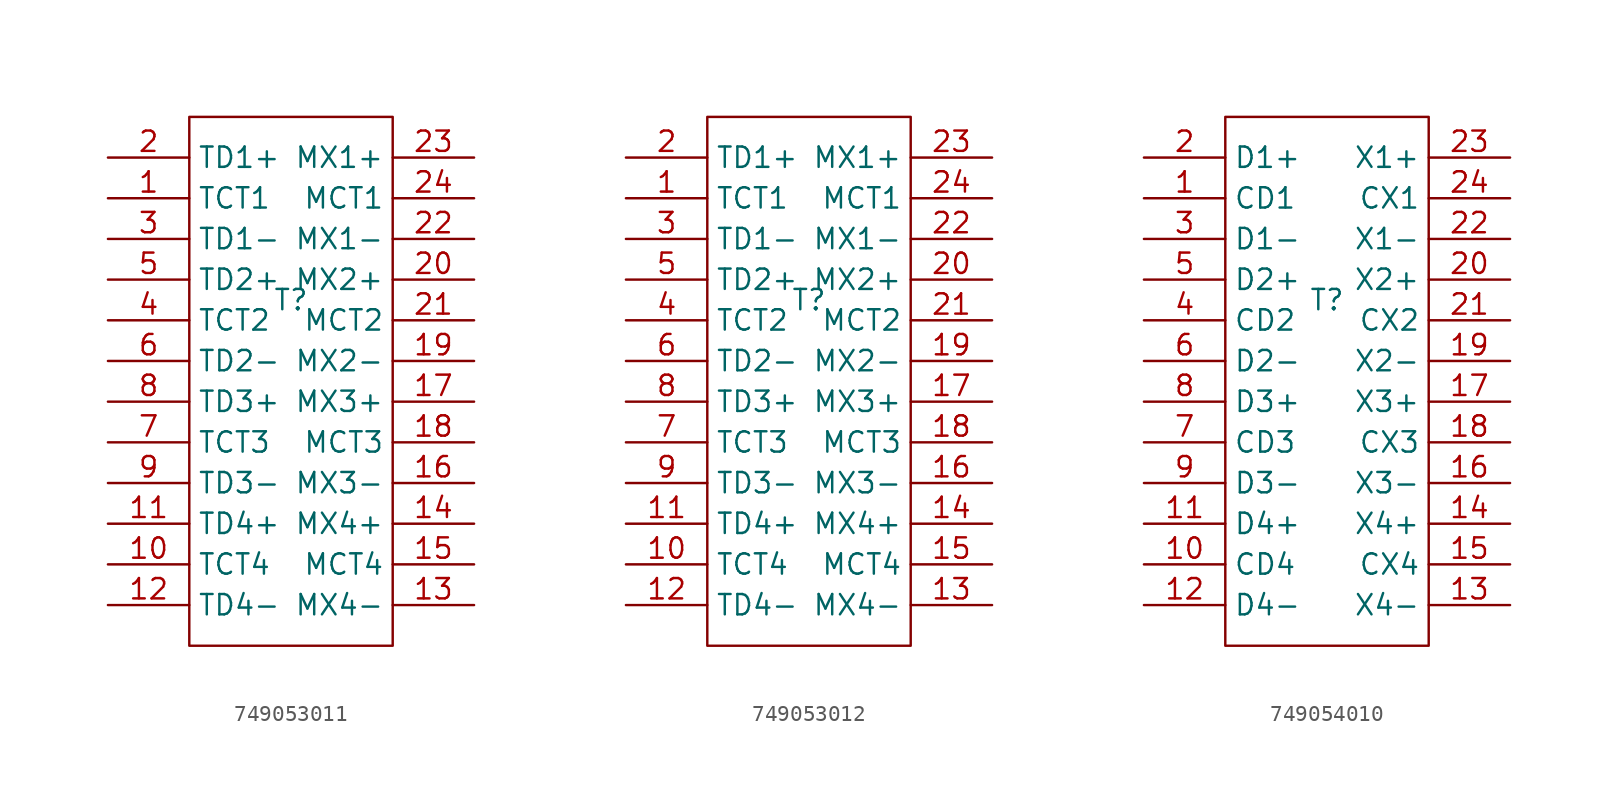
<source format=kicad_sym>
(kicad_symbol_lib
  (version 20220914)
  (generator kicad_symbol_editor)
  (symbol "749053011"
    (property "Reference" "T"
      (at 0 5.08 0)
      (effects (font (size 1.27 1.27))))
    (property "Critical Parameter" ""
      (at 0 -5.08 0)
      (effects (font (size 1.27 1.27)) (justify left)))
    (symbol "749053011_0_1"
      (rectangle (start -6.35 16.51) (end 6.35 -16.51) (stroke (width 0) (type default)) (fill (type none))))
    (symbol "749053011_1_1"
      (pin passive line (at -11.43 11.43 0) (length 5.08) (name "TCT1" (effects (font (size 1.27 1.27)))) (number "1" (effects (font (size 1.27 1.27)))))
      (pin passive line (at -11.43 -11.43 0) (length 5.08) (name "TCT4" (effects (font (size 1.27 1.27)))) (number "10" (effects (font (size 1.27 1.27)))))
      (pin passive line (at -11.43 -8.89 0) (length 5.08) (name "TD4+" (effects (font (size 1.27 1.27)))) (number "11" (effects (font (size 1.27 1.27)))))
      (pin passive line (at -11.43 -13.97 0) (length 5.08) (name "TD4-" (effects (font (size 1.27 1.27)))) (number "12" (effects (font (size 1.27 1.27)))))
      (pin passive line (at 11.43 -13.97 180) (length 5.08) (name "MX4-" (effects (font (size 1.27 1.27)))) (number "13" (effects (font (size 1.27 1.27)))))
      (pin passive line (at 11.43 -8.89 180) (length 5.08) (name "MX4+" (effects (font (size 1.27 1.27)))) (number "14" (effects (font (size 1.27 1.27)))))
      (pin passive line (at 11.43 -11.43 180) (length 5.08) (name "MCT4" (effects (font (size 1.27 1.27)))) (number "15" (effects (font (size 1.27 1.27)))))
      (pin passive line (at 11.43 -6.35 180) (length 5.08) (name "MX3-" (effects (font (size 1.27 1.27)))) (number "16" (effects (font (size 1.27 1.27)))))
      (pin passive line (at 11.43 -1.27 180) (length 5.08) (name "MX3+" (effects (font (size 1.27 1.27)))) (number "17" (effects (font (size 1.27 1.27)))))
      (pin passive line (at 11.43 -3.81 180) (length 5.08) (name "MCT3" (effects (font (size 1.27 1.27)))) (number "18" (effects (font (size 1.27 1.27)))))
      (pin passive line (at 11.43 1.27 180) (length 5.08) (name "MX2-" (effects (font (size 1.27 1.27)))) (number "19" (effects (font (size 1.27 1.27)))))
      (pin passive line (at -11.43 13.97 0) (length 5.08) (name "TD1+" (effects (font (size 1.27 1.27)))) (number "2" (effects (font (size 1.27 1.27)))))
      (pin passive line (at 11.43 6.35 180) (length 5.08) (name "MX2+" (effects (font (size 1.27 1.27)))) (number "20" (effects (font (size 1.27 1.27)))))
      (pin passive line (at 11.43 3.81 180) (length 5.08) (name "MCT2" (effects (font (size 1.27 1.27)))) (number "21" (effects (font (size 1.27 1.27)))))
      (pin passive line (at 11.43 8.89 180) (length 5.08) (name "MX1-" (effects (font (size 1.27 1.27)))) (number "22" (effects (font (size 1.27 1.27)))))
      (pin passive line (at 11.43 13.97 180) (length 5.08) (name "MX1+" (effects (font (size 1.27 1.27)))) (number "23" (effects (font (size 1.27 1.27)))))
      (pin passive line (at 11.43 11.43 180) (length 5.08) (name "MCT1" (effects (font (size 1.27 1.27)))) (number "24" (effects (font (size 1.27 1.27)))))
      (pin passive line (at -11.43 8.89 0) (length 5.08) (name "TD1-" (effects (font (size 1.27 1.27)))) (number "3" (effects (font (size 1.27 1.27)))))
      (pin passive line (at -11.43 3.81 0) (length 5.08) (name "TCT2" (effects (font (size 1.27 1.27)))) (number "4" (effects (font (size 1.27 1.27)))))
      (pin passive line (at -11.43 6.35 0) (length 5.08) (name "TD2+" (effects (font (size 1.27 1.27)))) (number "5" (effects (font (size 1.27 1.27)))))
      (pin passive line (at -11.43 1.27 0) (length 5.08) (name "TD2-" (effects (font (size 1.27 1.27)))) (number "6" (effects (font (size 1.27 1.27)))))
      (pin passive line (at -11.43 -3.81 0) (length 5.08) (name "TCT3" (effects (font (size 1.27 1.27)))) (number "7" (effects (font (size 1.27 1.27)))))
      (pin passive line (at -11.43 -1.27 0) (length 5.08) (name "TD3+" (effects (font (size 1.27 1.27)))) (number "8" (effects (font (size 1.27 1.27)))))
      (pin passive line (at -11.43 -6.35 0) (length 5.08) (name "TD3-" (effects (font (size 1.27 1.27)))) (number "9" (effects (font (size 1.27 1.27)))))))
  (symbol "749053012"
    (property "Reference" "T"
      (at 0 5.08 0)
      (effects (font (size 1.27 1.27))))
    (property "Critical Parameter" ""
      (at 0 -5.08 0)
      (effects (font (size 1.27 1.27)) (justify left)))
    (symbol "749053012_0_1"
      (rectangle (start -6.35 16.51) (end 6.35 -16.51) (stroke (width 0) (type default)) (fill (type none))))
    (symbol "749053012_1_1"
      (pin passive line (at -11.43 11.43 0) (length 5.08) (name "TCT1" (effects (font (size 1.27 1.27)))) (number "1" (effects (font (size 1.27 1.27)))))
      (pin passive line (at -11.43 -11.43 0) (length 5.08) (name "TCT4" (effects (font (size 1.27 1.27)))) (number "10" (effects (font (size 1.27 1.27)))))
      (pin passive line (at -11.43 -8.89 0) (length 5.08) (name "TD4+" (effects (font (size 1.27 1.27)))) (number "11" (effects (font (size 1.27 1.27)))))
      (pin passive line (at -11.43 -13.97 0) (length 5.08) (name "TD4-" (effects (font (size 1.27 1.27)))) (number "12" (effects (font (size 1.27 1.27)))))
      (pin passive line (at 11.43 -13.97 180) (length 5.08) (name "MX4-" (effects (font (size 1.27 1.27)))) (number "13" (effects (font (size 1.27 1.27)))))
      (pin passive line (at 11.43 -8.89 180) (length 5.08) (name "MX4+" (effects (font (size 1.27 1.27)))) (number "14" (effects (font (size 1.27 1.27)))))
      (pin passive line (at 11.43 -11.43 180) (length 5.08) (name "MCT4" (effects (font (size 1.27 1.27)))) (number "15" (effects (font (size 1.27 1.27)))))
      (pin passive line (at 11.43 -6.35 180) (length 5.08) (name "MX3-" (effects (font (size 1.27 1.27)))) (number "16" (effects (font (size 1.27 1.27)))))
      (pin passive line (at 11.43 -1.27 180) (length 5.08) (name "MX3+" (effects (font (size 1.27 1.27)))) (number "17" (effects (font (size 1.27 1.27)))))
      (pin passive line (at 11.43 -3.81 180) (length 5.08) (name "MCT3" (effects (font (size 1.27 1.27)))) (number "18" (effects (font (size 1.27 1.27)))))
      (pin passive line (at 11.43 1.27 180) (length 5.08) (name "MX2-" (effects (font (size 1.27 1.27)))) (number "19" (effects (font (size 1.27 1.27)))))
      (pin passive line (at -11.43 13.97 0) (length 5.08) (name "TD1+" (effects (font (size 1.27 1.27)))) (number "2" (effects (font (size 1.27 1.27)))))
      (pin passive line (at 11.43 6.35 180) (length 5.08) (name "MX2+" (effects (font (size 1.27 1.27)))) (number "20" (effects (font (size 1.27 1.27)))))
      (pin passive line (at 11.43 3.81 180) (length 5.08) (name "MCT2" (effects (font (size 1.27 1.27)))) (number "21" (effects (font (size 1.27 1.27)))))
      (pin passive line (at 11.43 8.89 180) (length 5.08) (name "MX1-" (effects (font (size 1.27 1.27)))) (number "22" (effects (font (size 1.27 1.27)))))
      (pin passive line (at 11.43 13.97 180) (length 5.08) (name "MX1+" (effects (font (size 1.27 1.27)))) (number "23" (effects (font (size 1.27 1.27)))))
      (pin passive line (at 11.43 11.43 180) (length 5.08) (name "MCT1" (effects (font (size 1.27 1.27)))) (number "24" (effects (font (size 1.27 1.27)))))
      (pin passive line (at -11.43 8.89 0) (length 5.08) (name "TD1-" (effects (font (size 1.27 1.27)))) (number "3" (effects (font (size 1.27 1.27)))))
      (pin passive line (at -11.43 3.81 0) (length 5.08) (name "TCT2" (effects (font (size 1.27 1.27)))) (number "4" (effects (font (size 1.27 1.27)))))
      (pin passive line (at -11.43 6.35 0) (length 5.08) (name "TD2+" (effects (font (size 1.27 1.27)))) (number "5" (effects (font (size 1.27 1.27)))))
      (pin passive line (at -11.43 1.27 0) (length 5.08) (name "TD2-" (effects (font (size 1.27 1.27)))) (number "6" (effects (font (size 1.27 1.27)))))
      (pin passive line (at -11.43 -3.81 0) (length 5.08) (name "TCT3" (effects (font (size 1.27 1.27)))) (number "7" (effects (font (size 1.27 1.27)))))
      (pin passive line (at -11.43 -1.27 0) (length 5.08) (name "TD3+" (effects (font (size 1.27 1.27)))) (number "8" (effects (font (size 1.27 1.27)))))
      (pin passive line (at -11.43 -6.35 0) (length 5.08) (name "TD3-" (effects (font (size 1.27 1.27)))) (number "9" (effects (font (size 1.27 1.27)))))))
  (symbol "749054010"
    (property "Reference" "T"
      (at 0 5.08 0)
      (effects (font (size 1.27 1.27))))
    (property "Critical Parameter" ""
      (at 0 -5.08 0)
      (effects (font (size 1.27 1.27)) (justify left)))
    (symbol "749054010_0_1"
      (rectangle (start -6.35 16.51) (end 6.35 -16.51) (stroke (width 0) (type default)) (fill (type none))))
    (symbol "749054010_1_1"
      (pin passive line (at -11.43 11.43 0) (length 5.08) (name "CD1" (effects (font (size 1.27 1.27)))) (number "1" (effects (font (size 1.27 1.27)))))
      (pin passive line (at -11.43 -11.43 0) (length 5.08) (name "CD4" (effects (font (size 1.27 1.27)))) (number "10" (effects (font (size 1.27 1.27)))))
      (pin passive line (at -11.43 -8.89 0) (length 5.08) (name "D4+" (effects (font (size 1.27 1.27)))) (number "11" (effects (font (size 1.27 1.27)))))
      (pin passive line (at -11.43 -13.97 0) (length 5.08) (name "D4-" (effects (font (size 1.27 1.27)))) (number "12" (effects (font (size 1.27 1.27)))))
      (pin passive line (at 11.43 -13.97 180) (length 5.08) (name "X4-" (effects (font (size 1.27 1.27)))) (number "13" (effects (font (size 1.27 1.27)))))
      (pin passive line (at 11.43 -8.89 180) (length 5.08) (name "X4+" (effects (font (size 1.27 1.27)))) (number "14" (effects (font (size 1.27 1.27)))))
      (pin passive line (at 11.43 -11.43 180) (length 5.08) (name "CX4" (effects (font (size 1.27 1.27)))) (number "15" (effects (font (size 1.27 1.27)))))
      (pin passive line (at 11.43 -6.35 180) (length 5.08) (name "X3-" (effects (font (size 1.27 1.27)))) (number "16" (effects (font (size 1.27 1.27)))))
      (pin passive line (at 11.43 -1.27 180) (length 5.08) (name "X3+" (effects (font (size 1.27 1.27)))) (number "17" (effects (font (size 1.27 1.27)))))
      (pin passive line (at 11.43 -3.81 180) (length 5.08) (name "CX3" (effects (font (size 1.27 1.27)))) (number "18" (effects (font (size 1.27 1.27)))))
      (pin passive line (at 11.43 1.27 180) (length 5.08) (name "X2-" (effects (font (size 1.27 1.27)))) (number "19" (effects (font (size 1.27 1.27)))))
      (pin passive line (at -11.43 13.97 0) (length 5.08) (name "D1+" (effects (font (size 1.27 1.27)))) (number "2" (effects (font (size 1.27 1.27)))))
      (pin passive line (at 11.43 6.35 180) (length 5.08) (name "X2+" (effects (font (size 1.27 1.27)))) (number "20" (effects (font (size 1.27 1.27)))))
      (pin passive line (at 11.43 3.81 180) (length 5.08) (name "CX2" (effects (font (size 1.27 1.27)))) (number "21" (effects (font (size 1.27 1.27)))))
      (pin passive line (at 11.43 8.89 180) (length 5.08) (name "X1-" (effects (font (size 1.27 1.27)))) (number "22" (effects (font (size 1.27 1.27)))))
      (pin passive line (at 11.43 13.97 180) (length 5.08) (name "X1+" (effects (font (size 1.27 1.27)))) (number "23" (effects (font (size 1.27 1.27)))))
      (pin passive line (at 11.43 11.43 180) (length 5.08) (name "CX1" (effects (font (size 1.27 1.27)))) (number "24" (effects (font (size 1.27 1.27)))))
      (pin passive line (at -11.43 8.89 0) (length 5.08) (name "D1-" (effects (font (size 1.27 1.27)))) (number "3" (effects (font (size 1.27 1.27)))))
      (pin passive line (at -11.43 3.81 0) (length 5.08) (name "CD2" (effects (font (size 1.27 1.27)))) (number "4" (effects (font (size 1.27 1.27)))))
      (pin passive line (at -11.43 6.35 0) (length 5.08) (name "D2+" (effects (font (size 1.27 1.27)))) (number "5" (effects (font (size 1.27 1.27)))))
      (pin passive line (at -11.43 1.27 0) (length 5.08) (name "D2-" (effects (font (size 1.27 1.27)))) (number "6" (effects (font (size 1.27 1.27)))))
      (pin passive line (at -11.43 -3.81 0) (length 5.08) (name "CD3" (effects (font (size 1.27 1.27)))) (number "7" (effects (font (size 1.27 1.27)))))
      (pin passive line (at -11.43 -1.27 0) (length 5.08) (name "D3+" (effects (font (size 1.27 1.27)))) (number "8" (effects (font (size 1.27 1.27)))))
      (pin passive line (at -11.43 -6.35 0) (length 5.08) (name "D3-" (effects (font (size 1.27 1.27)))) (number "9" (effects (font (size 1.27 1.27))))))))
</source>
